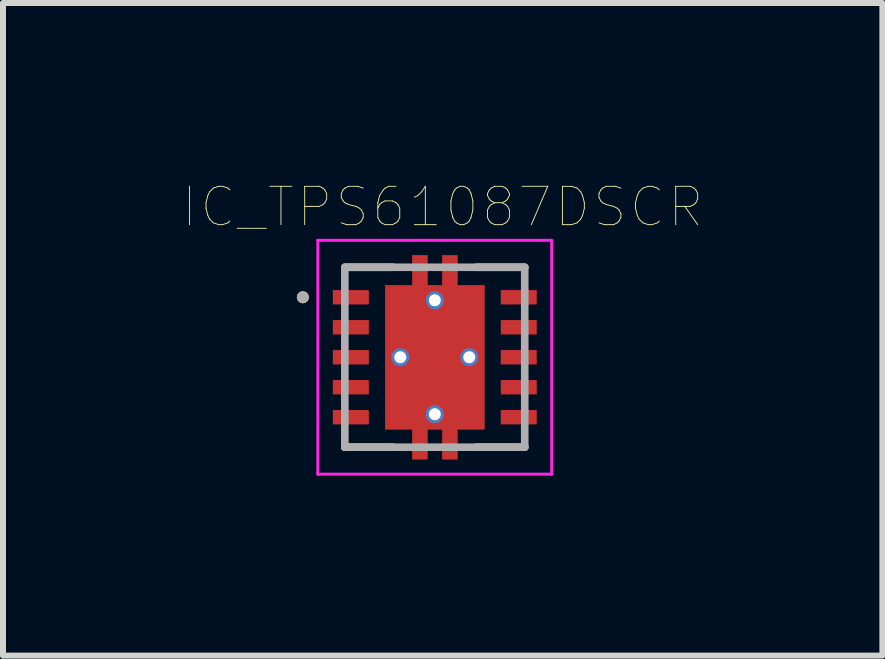
<source format=kicad_pcb>
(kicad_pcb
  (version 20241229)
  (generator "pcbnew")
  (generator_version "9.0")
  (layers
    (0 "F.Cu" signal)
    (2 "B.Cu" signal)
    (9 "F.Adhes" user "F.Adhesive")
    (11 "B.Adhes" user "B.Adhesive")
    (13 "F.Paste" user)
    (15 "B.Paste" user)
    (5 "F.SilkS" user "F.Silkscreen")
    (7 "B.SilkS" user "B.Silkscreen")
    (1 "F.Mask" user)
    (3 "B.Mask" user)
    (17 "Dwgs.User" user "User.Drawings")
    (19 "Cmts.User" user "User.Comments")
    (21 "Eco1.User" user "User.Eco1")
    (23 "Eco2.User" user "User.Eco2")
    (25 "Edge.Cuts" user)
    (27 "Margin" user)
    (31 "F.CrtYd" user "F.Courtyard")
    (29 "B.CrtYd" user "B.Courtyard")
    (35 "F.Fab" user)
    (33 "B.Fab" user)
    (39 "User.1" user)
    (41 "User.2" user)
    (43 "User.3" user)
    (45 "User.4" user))
  (footprint "IC_TPS61087DSCR"
    (layer "F.Cu")
    (at 4.2 2.907)
    (property "Reference" "IC_TPS61087DSCR" (at 0.132 -2.506 0) (layer "F.SilkS") (effects (font (size 0.64 0.64) (thickness 0.015))))
    (attr through_hole)
    (fp_poly (pts (xy -0.825 -1.2) (xy -0.375 -1.2) (xy -0.375 -1.7) (xy -0.125 -1.7) (xy -0.125 -1.2) (xy 0.125 -1.2) (xy 0.125 -1.7) (xy 0.375 -1.7) (xy 0.375 -1.2) (xy 0.825 -1.2) (xy 0.825 1.2) (xy 0.375 1.2) (xy 0.375 1.7) (xy 0.125 1.7) (xy 0.125 1.2) (xy -0.125 1.2) (xy -0.125 1.7) (xy -0.375 1.7) (xy -0.375 1.2) (xy -0.825 1.2)) (stroke (width 0.01) (type solid)) (fill yes) (layer "F.Cu"))
    (fp_poly (pts (xy -1.77 -1.19) (xy -1.03 -1.19) (xy -1.03 -0.81) (xy -1.77 -0.81)) (stroke (width 0.01) (type solid)) (fill yes) (layer "F.Mask"))
    (fp_poly (pts (xy -1.77 -0.69) (xy -1.03 -0.69) (xy -1.03 -0.31) (xy -1.77 -0.31)) (stroke (width 0.01) (type solid)) (fill yes) (layer "F.Mask"))
    (fp_poly (pts (xy -1.77 -0.19) (xy -1.03 -0.19) (xy -1.03 0.19) (xy -1.77 0.19)) (stroke (width 0.01) (type solid)) (fill yes) (layer "F.Mask"))
    (fp_poly (pts (xy -1.77 0.31) (xy -1.03 0.31) (xy -1.03 0.69) (xy -1.77 0.69)) (stroke (width 0.01) (type solid)) (fill yes) (layer "F.Mask"))
    (fp_poly (pts (xy -1.77 0.81) (xy -1.03 0.81) (xy -1.03 1.19) (xy -1.77 1.19)) (stroke (width 0.01) (type solid)) (fill yes) (layer "F.Mask"))
    (fp_poly (pts (xy 1.03 -1.19) (xy 1.77 -1.19) (xy 1.77 -0.81) (xy 1.03 -0.81)) (stroke (width 0.01) (type solid)) (fill yes) (layer "F.Mask"))
    (fp_poly (pts (xy 1.03 -0.69) (xy 1.77 -0.69) (xy 1.77 -0.31) (xy 1.03 -0.31)) (stroke (width 0.01) (type solid)) (fill yes) (layer "F.Mask"))
    (fp_poly (pts (xy 1.03 -0.19) (xy 1.77 -0.19) (xy 1.77 0.19) (xy 1.03 0.19)) (stroke (width 0.01) (type solid)) (fill yes) (layer "F.Mask"))
    (fp_poly (pts (xy 1.03 0.31) (xy 1.77 0.31) (xy 1.77 0.69) (xy 1.03 0.69)) (stroke (width 0.01) (type solid)) (fill yes) (layer "F.Mask"))
    (fp_poly (pts (xy 1.03 0.81) (xy 1.77 0.81) (xy 1.77 1.19) (xy 1.03 1.19)) (stroke (width 0.01) (type solid)) (fill yes) (layer "F.Mask"))
    (fp_poly (pts (xy -0.895 -1.27) (xy -0.445 -1.27) (xy -0.445 -1.77) (xy -0.055 -1.77) (xy -0.055 -1.27) (xy 0.055 -1.27) (xy 0.055 -1.77) (xy 0.445 -1.77) (xy 0.445 -1.27) (xy 0.895 -1.27) (xy 0.895 1.27) (xy 0.445 1.27) (xy 0.445 1.77) (xy 0.055 1.77) (xy 0.055 1.27) (xy -0.055 1.27) (xy -0.055 1.77) (xy -0.445 1.77) (xy -0.445 1.27) (xy -0.895 1.27)) (stroke (width 0.01) (type solid)) (fill yes) (layer "F.Mask"))
    (fp_line (start -1.5 -1.5) (end -0.695 -1.5) (stroke (width 0.127) (type solid)) (layer "F.SilkS"))
    (fp_line (start -1.5 1.5) (end -0.695 1.5) (stroke (width 0.127) (type solid)) (layer "F.SilkS"))
    (fp_line (start 0.695 -1.5) (end 1.5 -1.5) (stroke (width 0.127) (type solid)) (layer "F.SilkS"))
    (fp_line (start 0.695 1.5) (end 1.5 1.5) (stroke (width 0.127) (type solid)) (layer "F.SilkS"))
    (fp_circle (center -2.2 -1) (end -2.15 -1) (stroke (width 0.1) (type solid)) (fill no) (layer "F.SilkS"))
    (fp_poly (pts (xy -0.75 -1.16) (xy 0.75 -1.16) (xy 0.75 -0.1) (xy -0.75 -0.1)) (stroke (width 0.01) (type solid)) (fill yes) (layer "F.Paste"))
    (fp_poly (pts (xy -0.75 0.1) (xy 0.75 0.1) (xy 0.75 1.16) (xy -0.75 1.16)) (stroke (width 0.01) (type solid)) (fill yes) (layer "F.Paste"))
    (fp_poly (pts (xy -0.375 -1.7) (xy -0.125 -1.7) (xy -0.125 -1.36) (xy -0.375 -1.36)) (stroke (width 0.01) (type solid)) (fill yes) (layer "F.Paste"))
    (fp_poly (pts (xy -0.375 1.36) (xy -0.125 1.36) (xy -0.125 1.7) (xy -0.375 1.7)) (stroke (width 0.01) (type solid)) (fill yes) (layer "F.Paste"))
    (fp_poly (pts (xy 0.125 -1.7) (xy 0.375 -1.7) (xy 0.375 -1.36) (xy 0.125 -1.36)) (stroke (width 0.01) (type solid)) (fill yes) (layer "F.Paste"))
    (fp_poly (pts (xy 0.125 1.36) (xy 0.375 1.36) (xy 0.375 1.7) (xy 0.125 1.7)) (stroke (width 0.01) (type solid)) (fill yes) (layer "F.Paste"))
    (fp_line (start -1.95 -1.95) (end -1.95 1.95) (stroke (width 0.05) (type solid)) (layer "F.CrtYd"))
    (fp_line (start -1.95 1.95) (end 1.95 1.95) (stroke (width 0.05) (type solid)) (layer "F.CrtYd"))
    (fp_line (start 1.95 -1.95) (end -1.95 -1.95) (stroke (width 0.05) (type solid)) (layer "F.CrtYd"))
    (fp_line (start 1.95 1.95) (end 1.95 -1.95) (stroke (width 0.05) (type solid)) (layer "F.CrtYd"))
    (fp_line (start -1.5 -1.5) (end 1.5 -1.5) (stroke (width 0.127) (type solid)) (layer "F.Fab"))
    (fp_line (start -1.5 1.5) (end -1.5 -1.5) (stroke (width 0.127) (type solid)) (layer "F.Fab"))
    (fp_line (start 1.5 -1.5) (end 1.5 1.5) (stroke (width 0.127) (type solid)) (layer "F.Fab"))
    (fp_line (start 1.5 1.5) (end -1.5 1.5) (stroke (width 0.127) (type solid)) (layer "F.Fab"))
    (fp_circle (center -2.2 -1) (end -2.15 -1) (stroke (width 0.1) (type solid)) (fill no) (layer "F.Fab"))
    (pad "1" smd rect (at -1.4 -1) (size 0.6 0.24) (layers "F.Cu" "F.Paste"))
    (pad "2" smd rect (at -1.4 -0.5) (size 0.6 0.24) (layers "F.Cu" "F.Paste"))
    (pad "3" smd rect (at -1.4 0) (size 0.6 0.24) (layers "F.Cu" "F.Paste"))
    (pad "4" smd rect (at -1.4 0.5) (size 0.6 0.24) (layers "F.Cu" "F.Paste"))
    (pad "5" smd rect (at -1.4 1) (size 0.6 0.24) (layers "F.Cu" "F.Paste"))
    (pad "6" smd rect (at 1.4 1) (size 0.6 0.24) (layers "F.Cu" "F.Paste"))
    (pad "7" smd rect (at 1.4 0.5) (size 0.6 0.24) (layers "F.Cu" "F.Paste"))
    (pad "8" smd rect (at 1.4 0) (size 0.6 0.24) (layers "F.Cu" "F.Paste"))
    (pad "9" smd rect (at 1.4 -0.5) (size 0.6 0.24) (layers "F.Cu" "F.Paste"))
    (pad "10" smd rect (at 1.4 -1) (size 0.6 0.24) (layers "F.Cu" "F.Paste"))
    (pad "11" smd rect (at 0 0) (size 0.5 0.5) (layers "F.Cu"))
    (pad "12" thru_hole circle (at 0 -0.95) (size 0.3 0.3) (drill 0.2) (layers "*.Cu"))
    (pad "13" thru_hole circle (at 0 0.95) (size 0.3 0.3) (drill 0.2) (layers "*.Cu"))
    (pad "14" thru_hole circle (at -0.575 0) (size 0.3 0.3) (drill 0.2) (layers "*.Cu"))
    (pad "15" thru_hole circle (at 0.575 0) (size 0.3 0.3) (drill 0.2) (layers "*.Cu")))
  (gr_rect
    (start -3 -3)
    (end 11.664 7.882)
    (stroke (width 0.1) (type default))
    (fill no)
    (layer "Edge.Cuts")))
</source>
